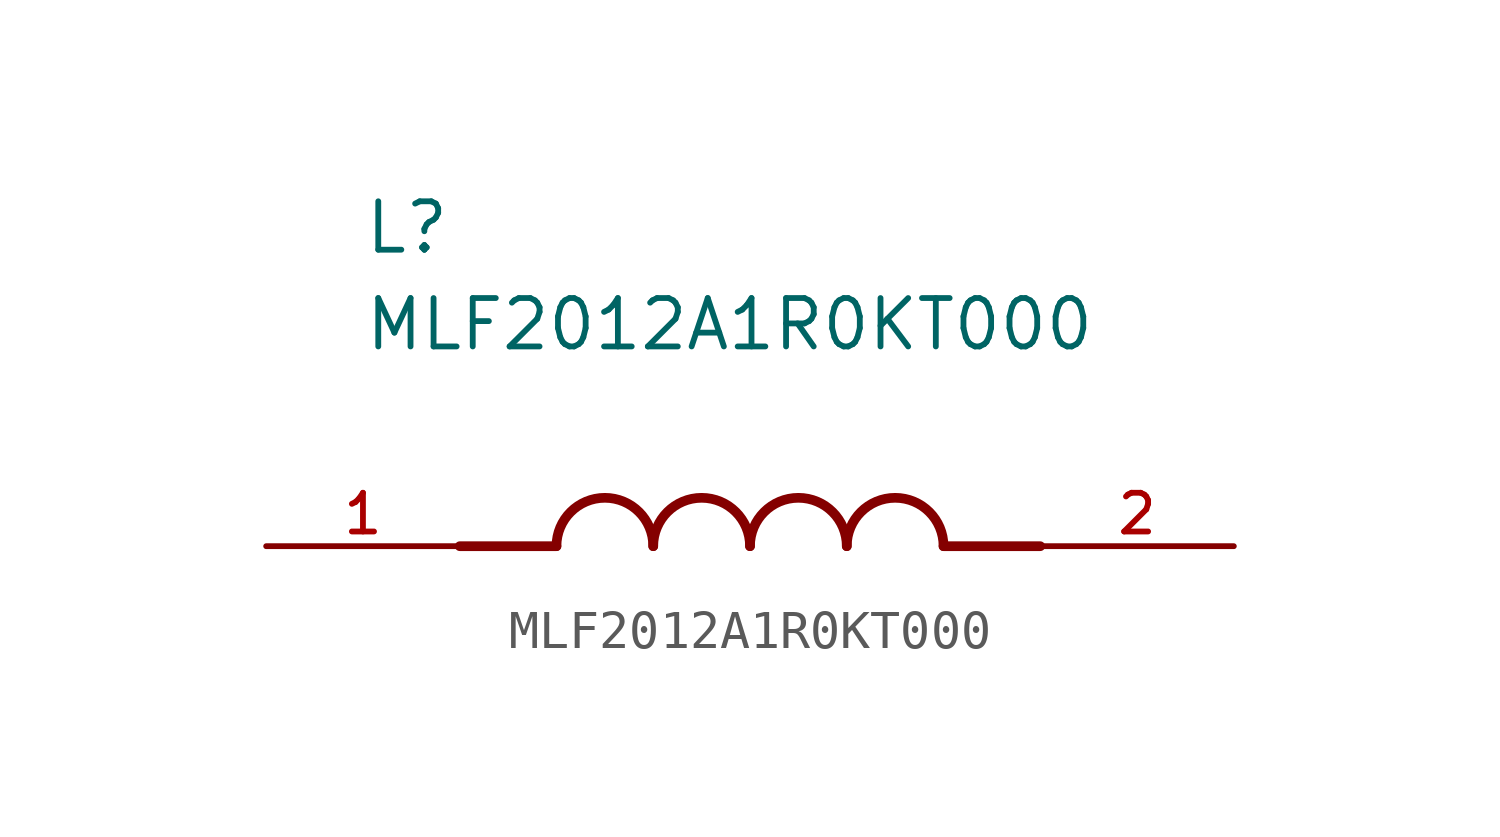
<source format=kicad_sym>
(kicad_symbol_lib
  (version 20211014)
  (generator kicad_symbol_editor)
  (symbol "MLF2012A1R0KT000"
    (pin_names
      (offset 1.016))
    (property "Reference" "L"
      (at -10.16 7.62 0)
      (effects (font (size 1.27 1.27)) (justify bottom left)))
    (property "Value" "MLF2012A1R0KT000"
      (at -10.16 5.08 0)
      (effects (font (size 1.27 1.27)) (justify bottom left)))
    (symbol "MLF2012A1R0KT000_0_0"
      (polyline (pts (xy -5.08 0.0) (xy -7.62 0.0)) (stroke (width 0.254)))
      (polyline (pts (xy 5.08 0.0) (xy 7.62 0.0)) (stroke (width 0.254)))
      (arc (start -2.54 0.0) (mid -3.81 1.27) (end -5.08 0.0) (stroke (width 0.254) (type default) (color 0 0 0 0)) (fill (type none)))
      (arc (start 0.0 0.0) (mid -1.27 1.27) (end -2.54 0.0) (stroke (width 0.254) (type default) (color 0 0 0 0)) (fill (type none)))
      (arc (start 2.54 0.0) (mid 1.27 1.27) (end 0.0 0.0) (stroke (width 0.254) (type default) (color 0 0 0 0)) (fill (type none)))
      (arc (start 5.08 0.0) (mid 3.81 1.27) (end 2.54 0.0) (stroke (width 0.254) (type default) (color 0 0 0 0)) (fill (type none)))
      (pin passive line (at -12.7 0.0 0) (length 5.08) (name "~" (effects (font (size 1.016 1.016)))) (number "1" (effects (font (size 1.016 1.016)))))
      (pin passive line (at 12.7 0.0 180.0) (length 5.08) (name "~" (effects (font (size 1.016 1.016)))) (number "2" (effects (font (size 1.016 1.016))))))))
</source>
